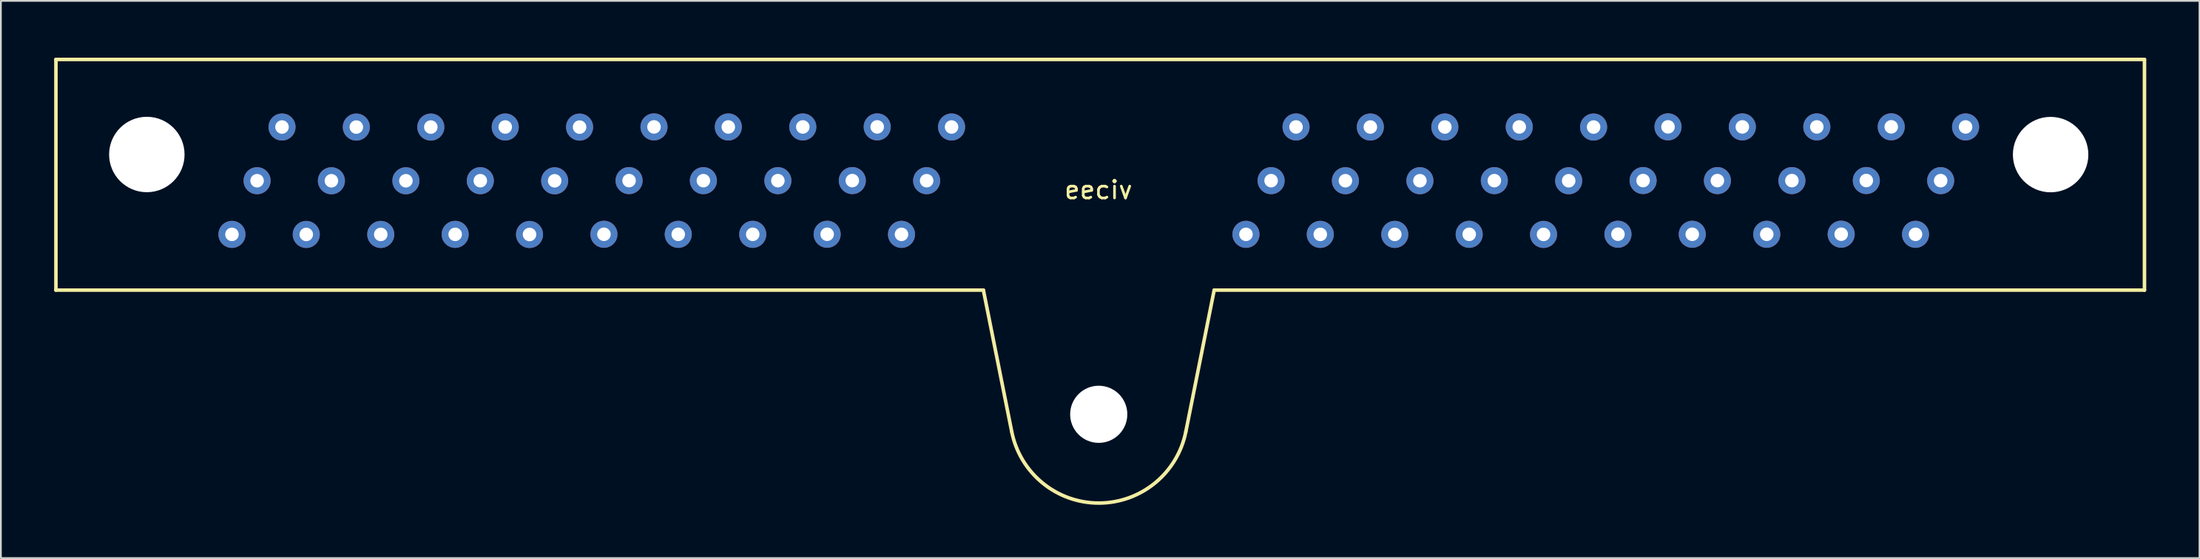
<source format=kicad_pcb>
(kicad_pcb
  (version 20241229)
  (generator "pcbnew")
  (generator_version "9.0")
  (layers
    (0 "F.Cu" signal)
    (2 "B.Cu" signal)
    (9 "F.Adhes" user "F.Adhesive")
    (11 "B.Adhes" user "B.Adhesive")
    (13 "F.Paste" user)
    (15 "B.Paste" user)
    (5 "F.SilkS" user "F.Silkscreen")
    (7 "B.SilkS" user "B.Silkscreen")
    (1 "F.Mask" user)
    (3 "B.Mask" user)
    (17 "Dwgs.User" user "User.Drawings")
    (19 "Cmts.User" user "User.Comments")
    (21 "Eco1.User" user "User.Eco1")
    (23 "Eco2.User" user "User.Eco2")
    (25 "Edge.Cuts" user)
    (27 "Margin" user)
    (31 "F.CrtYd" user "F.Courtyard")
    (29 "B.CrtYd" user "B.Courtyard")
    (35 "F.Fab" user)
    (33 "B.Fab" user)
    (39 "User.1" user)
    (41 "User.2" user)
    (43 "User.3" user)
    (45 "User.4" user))
  (footprint "eeciv"
    (layer "F.Cu")
    (at 58.845 0.25)
    (property "Reference" "eeciv" (at -0.019 7.401 0) (layer "F.SilkS") (effects (font (size 1 1) (thickness 0.15))))
    (attr through_hole)
    (fp_line (start -58.745 0.05) (end -58.745 13.05) (stroke (width 0.2) (type solid)) (layer "F.SilkS"))
    (fp_line (start -58.745 13.05) (end -6.5 13.05) (stroke (width 0.2) (type solid)) (layer "F.SilkS"))
    (fp_line (start -6.5 13.05) (end -4.903 21.031) (stroke (width 0.2) (type solid)) (layer "F.SilkS"))
    (fp_line (start 4.903 21.031) (end 6.5 13.05) (stroke (width 0.2) (type solid)) (layer "F.SilkS"))
    (fp_line (start 6.5 13.05) (end 58.904 13.05) (stroke (width 0.2) (type solid)) (layer "F.SilkS"))
    (fp_line (start 58.904 0.05) (end -58.745 0.05) (stroke (width 0.2) (type solid)) (layer "F.SilkS"))
    (fp_line (start 58.904 13.05) (end 58.904 0.05) (stroke (width 0.2) (type solid)) (layer "F.SilkS"))
    (fp_arc (start 4.903359 21.028302) (mid 0.001457 25.05) (end -4.902788 21.03116) (stroke (width 0.2) (type solid)) (layer "F.SilkS"))
    (pad "" np_thru_hole circle (at -53.624 5.407) (size 4.25 4.25) (drill 4.25) (layers "*.Cu" "*.Mask"))
    (pad "" np_thru_hole circle (at -0.003 20.048) (size 3.22 3.22) (drill 3.22) (layers "*.Cu" "*.Mask"))
    (pad "" np_thru_hole circle (at 53.617 5.412) (size 4.25 4.25) (drill 4.25) (layers "*.Cu" "*.Mask"))
    (pad "1" thru_hole circle (at -48.829 9.909) (size 1.524 1.524) (drill 0.762) (layers "*.Cu" "*.Mask"))
    (pad "2" thru_hole circle (at -44.643 9.912) (size 1.524 1.524) (drill 0.762) (layers "*.Cu" "*.Mask"))
    (pad "3" thru_hole circle (at -40.447 9.912) (size 1.524 1.524) (drill 0.762) (layers "*.Cu" "*.Mask"))
    (pad "4" thru_hole circle (at -36.255 9.908) (size 1.524 1.524) (drill 0.762) (layers "*.Cu" "*.Mask"))
    (pad "5" thru_hole circle (at -32.067 9.914) (size 1.524 1.524) (drill 0.762) (layers "*.Cu" "*.Mask"))
    (pad "6" thru_hole circle (at -27.875 9.903) (size 1.524 1.524) (drill 0.762) (layers "*.Cu" "*.Mask"))
    (pad "7" thru_hole circle (at -23.689 9.906) (size 1.524 1.524) (drill 0.762) (layers "*.Cu" "*.Mask"))
    (pad "8" thru_hole circle (at -19.493 9.906) (size 1.524 1.524) (drill 0.762) (layers "*.Cu" "*.Mask"))
    (pad "9" thru_hole circle (at -15.301 9.902) (size 1.524 1.524) (drill 0.762) (layers "*.Cu" "*.Mask"))
    (pad "10" thru_hole circle (at -11.113 9.908) (size 1.524 1.524) (drill 0.762) (layers "*.Cu" "*.Mask"))
    (pad "11" thru_hole circle (at 8.291 9.906) (size 1.524 1.524) (drill 0.762) (layers "*.Cu" "*.Mask"))
    (pad "12" thru_hole circle (at 12.477 9.909) (size 1.524 1.524) (drill 0.762) (layers "*.Cu" "*.Mask"))
    (pad "13" thru_hole circle (at 16.673 9.909) (size 1.524 1.524) (drill 0.762) (layers "*.Cu" "*.Mask"))
    (pad "14" thru_hole circle (at 20.865 9.905) (size 1.524 1.524) (drill 0.762) (layers "*.Cu" "*.Mask"))
    (pad "15" thru_hole circle (at 25.053 9.911) (size 1.524 1.524) (drill 0.762) (layers "*.Cu" "*.Mask"))
    (pad "16" thru_hole circle (at 29.245 9.9) (size 1.524 1.524) (drill 0.762) (layers "*.Cu" "*.Mask"))
    (pad "17" thru_hole circle (at 33.431 9.903) (size 1.524 1.524) (drill 0.762) (layers "*.Cu" "*.Mask"))
    (pad "18" thru_hole circle (at 37.627 9.903) (size 1.524 1.524) (drill 0.762) (layers "*.Cu" "*.Mask"))
    (pad "19" thru_hole circle (at 41.819 9.899) (size 1.524 1.524) (drill 0.762) (layers "*.Cu" "*.Mask"))
    (pad "20" thru_hole circle (at 46.007 9.905) (size 1.524 1.524) (drill 0.762) (layers "*.Cu" "*.Mask"))
    (pad "21" thru_hole circle (at -47.413 6.884) (size 1.524 1.524) (drill 0.762) (layers "*.Cu" "*.Mask"))
    (pad "22" thru_hole circle (at -43.227 6.887) (size 1.524 1.524) (drill 0.762) (layers "*.Cu" "*.Mask"))
    (pad "23" thru_hole circle (at -39.031 6.887) (size 1.524 1.524) (drill 0.762) (layers "*.Cu" "*.Mask"))
    (pad "24" thru_hole circle (at -34.839 6.883) (size 1.524 1.524) (drill 0.762) (layers "*.Cu" "*.Mask"))
    (pad "25" thru_hole circle (at -30.651 6.889) (size 1.524 1.524) (drill 0.762) (layers "*.Cu" "*.Mask"))
    (pad "26" thru_hole circle (at -26.459 6.878) (size 1.524 1.524) (drill 0.762) (layers "*.Cu" "*.Mask"))
    (pad "27" thru_hole circle (at -22.273 6.881) (size 1.524 1.524) (drill 0.762) (layers "*.Cu" "*.Mask"))
    (pad "28" thru_hole circle (at -18.077 6.881) (size 1.524 1.524) (drill 0.762) (layers "*.Cu" "*.Mask"))
    (pad "29" thru_hole circle (at -13.885 6.877) (size 1.524 1.524) (drill 0.762) (layers "*.Cu" "*.Mask"))
    (pad "30" thru_hole circle (at -9.697 6.883) (size 1.524 1.524) (drill 0.762) (layers "*.Cu" "*.Mask"))
    (pad "31" thru_hole circle (at 9.707 6.881) (size 1.524 1.524) (drill 0.762) (layers "*.Cu" "*.Mask"))
    (pad "32" thru_hole circle (at 13.893 6.884) (size 1.524 1.524) (drill 0.762) (layers "*.Cu" "*.Mask"))
    (pad "33" thru_hole circle (at 18.089 6.884) (size 1.524 1.524) (drill 0.762) (layers "*.Cu" "*.Mask"))
    (pad "34" thru_hole circle (at 22.281 6.88) (size 1.524 1.524) (drill 0.762) (layers "*.Cu" "*.Mask"))
    (pad "35" thru_hole circle (at 26.469 6.886) (size 1.524 1.524) (drill 0.762) (layers "*.Cu" "*.Mask"))
    (pad "36" thru_hole circle (at 30.661 6.875) (size 1.524 1.524) (drill 0.762) (layers "*.Cu" "*.Mask"))
    (pad "37" thru_hole circle (at 34.847 6.878) (size 1.524 1.524) (drill 0.762) (layers "*.Cu" "*.Mask"))
    (pad "38" thru_hole circle (at 39.043 6.878) (size 1.524 1.524) (drill 0.762) (layers "*.Cu" "*.Mask"))
    (pad "39" thru_hole circle (at 43.235 6.874) (size 1.524 1.524) (drill 0.762) (layers "*.Cu" "*.Mask"))
    (pad "40" thru_hole circle (at 47.423 6.88) (size 1.524 1.524) (drill 0.762) (layers "*.Cu" "*.Mask"))
    (pad "41" thru_hole circle (at -46.009 3.858) (size 1.524 1.524) (drill 0.762) (layers "*.Cu" "*.Mask"))
    (pad "42" thru_hole circle (at -41.823 3.861) (size 1.524 1.524) (drill 0.762) (layers "*.Cu" "*.Mask"))
    (pad "43" thru_hole circle (at -37.627 3.861) (size 1.524 1.524) (drill 0.762) (layers "*.Cu" "*.Mask"))
    (pad "44" thru_hole circle (at -33.435 3.857) (size 1.524 1.524) (drill 0.762) (layers "*.Cu" "*.Mask"))
    (pad "45" thru_hole circle (at -29.247 3.863) (size 1.524 1.524) (drill 0.762) (layers "*.Cu" "*.Mask"))
    (pad "46" thru_hole circle (at -25.055 3.852) (size 1.524 1.524) (drill 0.762) (layers "*.Cu" "*.Mask"))
    (pad "47" thru_hole circle (at -20.869 3.855) (size 1.524 1.524) (drill 0.762) (layers "*.Cu" "*.Mask"))
    (pad "48" thru_hole circle (at -16.673 3.855) (size 1.524 1.524) (drill 0.762) (layers "*.Cu" "*.Mask"))
    (pad "49" thru_hole circle (at -12.481 3.851) (size 1.524 1.524) (drill 0.762) (layers "*.Cu" "*.Mask"))
    (pad "50" thru_hole circle (at -8.293 3.857) (size 1.524 1.524) (drill 0.762) (layers "*.Cu" "*.Mask"))
    (pad "51" thru_hole circle (at 11.111 3.855) (size 1.524 1.524) (drill 0.762) (layers "*.Cu" "*.Mask"))
    (pad "52" thru_hole circle (at 15.297 3.858) (size 1.524 1.524) (drill 0.762) (layers "*.Cu" "*.Mask"))
    (pad "53" thru_hole circle (at 19.493 3.858) (size 1.524 1.524) (drill 0.762) (layers "*.Cu" "*.Mask"))
    (pad "54" thru_hole circle (at 23.685 3.854) (size 1.524 1.524) (drill 0.762) (layers "*.Cu" "*.Mask"))
    (pad "55" thru_hole circle (at 27.873 3.86) (size 1.524 1.524) (drill 0.762) (layers "*.Cu" "*.Mask"))
    (pad "56" thru_hole circle (at 32.065 3.849) (size 1.524 1.524) (drill 0.762) (layers "*.Cu" "*.Mask"))
    (pad "57" thru_hole circle (at 36.251 3.852) (size 1.524 1.524) (drill 0.762) (layers "*.Cu" "*.Mask"))
    (pad "58" thru_hole circle (at 40.447 3.852) (size 1.524 1.524) (drill 0.762) (layers "*.Cu" "*.Mask"))
    (pad "59" thru_hole circle (at 44.639 3.848) (size 1.524 1.524) (drill 0.762) (layers "*.Cu" "*.Mask"))
    (pad "60" thru_hole circle (at 48.827 3.854) (size 1.524 1.524) (drill 0.762) (layers "*.Cu" "*.Mask")))
  (gr_rect
    (start -3 -3)
    (end 120.848 28.4)
    (stroke (width 0.1) (type default))
    (fill no)
    (layer "Edge.Cuts")))
</source>
